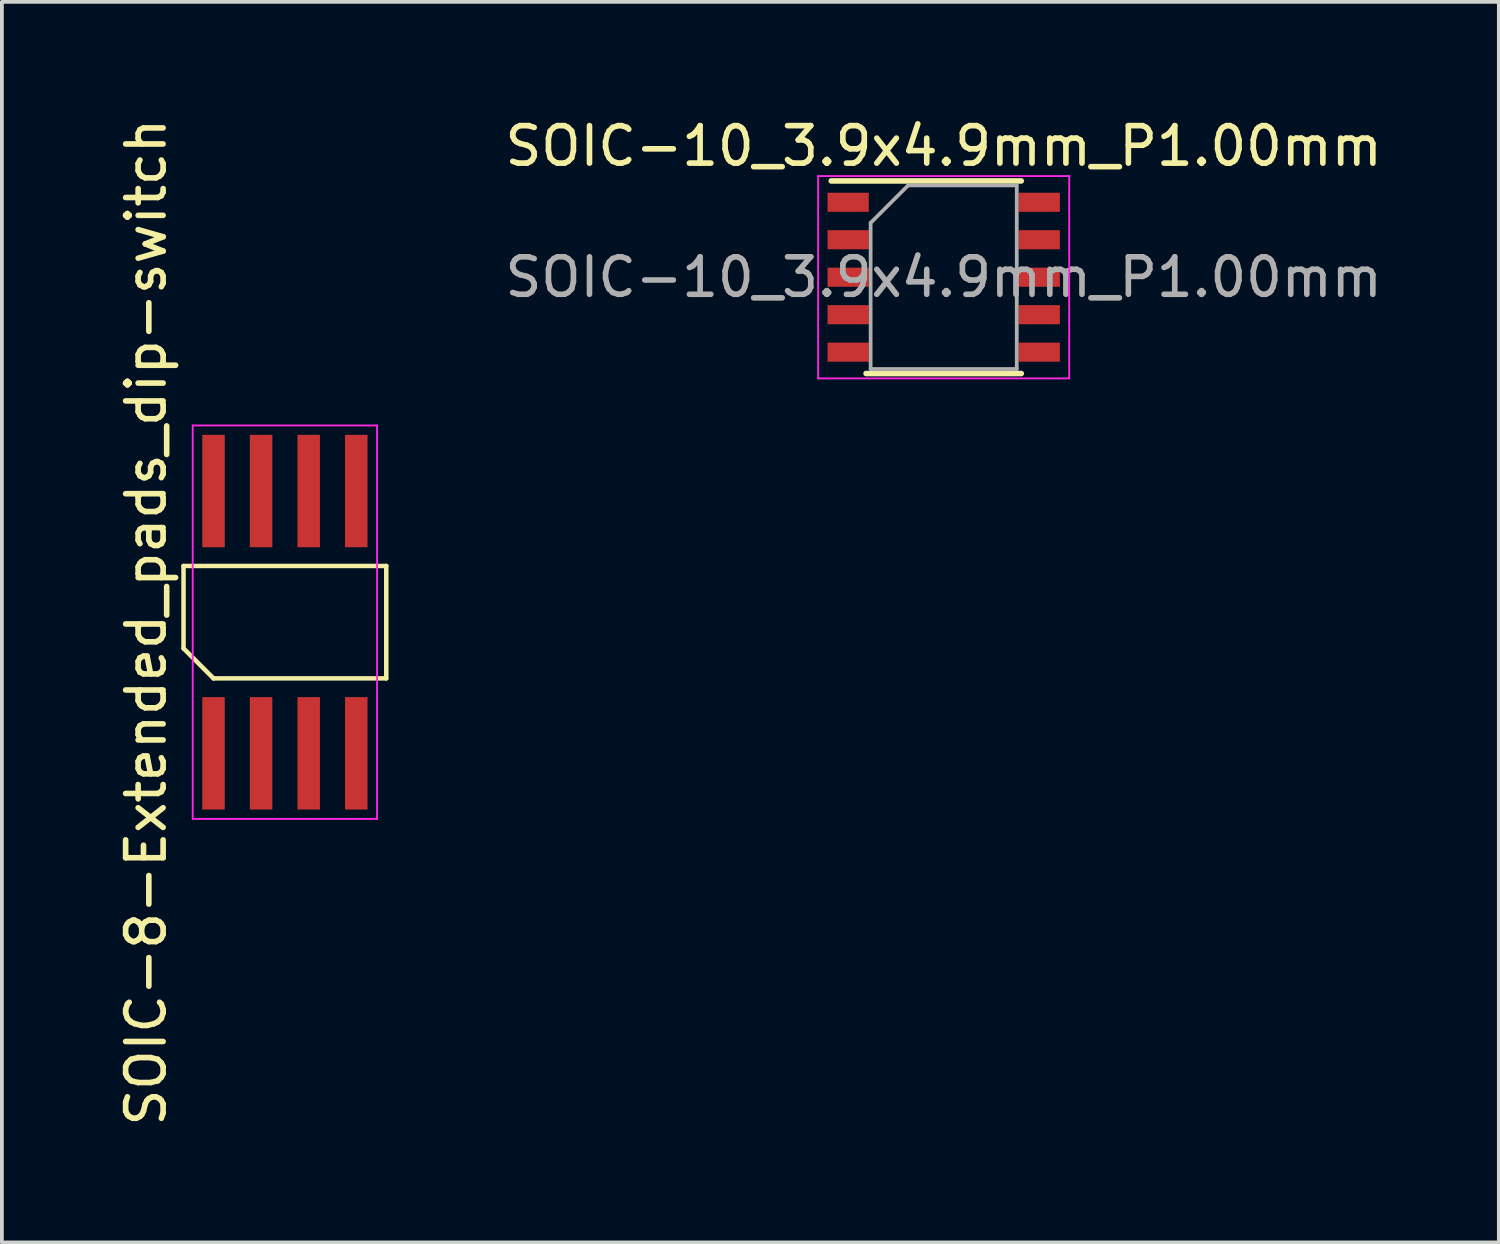
<source format=kicad_pcb>
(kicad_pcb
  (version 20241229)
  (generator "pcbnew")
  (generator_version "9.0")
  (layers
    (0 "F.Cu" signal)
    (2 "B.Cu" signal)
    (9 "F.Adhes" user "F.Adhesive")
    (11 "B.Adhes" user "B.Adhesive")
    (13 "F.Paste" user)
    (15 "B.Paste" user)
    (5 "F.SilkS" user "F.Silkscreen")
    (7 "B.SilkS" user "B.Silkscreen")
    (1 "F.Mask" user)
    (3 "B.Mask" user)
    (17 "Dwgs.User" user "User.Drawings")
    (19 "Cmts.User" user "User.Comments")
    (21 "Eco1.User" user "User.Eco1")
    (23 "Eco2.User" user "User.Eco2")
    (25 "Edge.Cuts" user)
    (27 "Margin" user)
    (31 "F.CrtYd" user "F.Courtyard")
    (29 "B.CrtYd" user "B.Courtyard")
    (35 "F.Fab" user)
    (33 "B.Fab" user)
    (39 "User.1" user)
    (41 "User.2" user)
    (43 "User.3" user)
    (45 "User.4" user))
  (footprint "SOIC-10_3.9x4.9mm_P1.00mm"
    (layer "F.Cu")
    (at 22.134 4.348)
    (property "Reference" "SOIC-10_3.9x4.9mm_P1.00mm" (at 0 -3.5 0) (layer "F.SilkS") (effects (font (size 1 1) (thickness 0.15))))
    (attr smd)
    (fp_line (start -3 -2.57) (end 2.07 -2.57) (stroke (width 0.15) (type solid)) (layer "F.SilkS"))
    (fp_line (start -2.07 2.57) (end 2.07 2.57) (stroke (width 0.15) (type solid)) (layer "F.SilkS"))
    (fp_line (start -3.35 -2.7) (end -3.35 2.7) (stroke (width 0.05) (type solid)) (layer "F.CrtYd"))
    (fp_line (start -3.35 -2.7) (end 3.35 -2.7) (stroke (width 0.05) (type solid)) (layer "F.CrtYd"))
    (fp_line (start -3.35 2.7) (end 3.35 2.7) (stroke (width 0.05) (type solid)) (layer "F.CrtYd"))
    (fp_line (start 3.35 -2.7) (end 3.35 2.7) (stroke (width 0.05) (type solid)) (layer "F.CrtYd"))
    (fp_line (start -1.95 -1.45) (end -0.95 -2.45) (stroke (width 0.1) (type solid)) (layer "F.Fab"))
    (fp_line (start -1.95 2.45) (end -1.95 -1.45) (stroke (width 0.1) (type solid)) (layer "F.Fab"))
    (fp_line (start -0.95 -2.45) (end 1.95 -2.45) (stroke (width 0.1) (type solid)) (layer "F.Fab"))
    (fp_line (start 1.95 -2.45) (end 1.95 2.45) (stroke (width 0.1) (type solid)) (layer "F.Fab"))
    (fp_line (start 1.95 2.45) (end -1.95 2.45) (stroke (width 0.1) (type solid)) (layer "F.Fab"))
    (fp_text user "${REFERENCE}" (at 0 0 0) (layer "F.Fab") (effects (font (size 1 1) (thickness 0.15))))
    (pad "1" smd rect (at -2.55 -2) (size 1.1 0.51) (layers "F.Cu" "F.Mask" "F.Paste"))
    (pad "2" smd rect (at -2.55 -1) (size 1.1 0.51) (layers "F.Cu" "F.Mask" "F.Paste"))
    (pad "3" smd rect (at -2.55 0) (size 1.1 0.51) (layers "F.Cu" "F.Mask" "F.Paste"))
    (pad "4" smd rect (at -2.55 1) (size 1.1 0.51) (layers "F.Cu" "F.Mask" "F.Paste"))
    (pad "5" smd rect (at -2.55 2) (size 1.1 0.51) (layers "F.Cu" "F.Mask" "F.Paste"))
    (pad "6" smd rect (at 2.55 2) (size 1.1 0.51) (layers "F.Cu" "F.Mask" "F.Paste"))
    (pad "7" smd rect (at 2.55 1) (size 1.1 0.51) (layers "F.Cu" "F.Mask" "F.Paste"))
    (pad "8" smd rect (at 2.55 0) (size 1.1 0.51) (layers "F.Cu" "F.Mask" "F.Paste"))
    (pad "9" smd rect (at 2.55 -1) (size 1.1 0.51) (layers "F.Cu" "F.Mask" "F.Paste"))
    (pad "10" smd rect (at 2.55 -2) (size 1.1 0.51) (layers "F.Cu" "F.Mask" "F.Paste")))
  (footprint "SOIC-8-Extended_pads_dip-switch"
    (layer "F.Cu")
    (at 4.553 13.554)
    (property "Reference" "SOIC-8-Extended_pads_dip-switch" (at -3.705 0 90) (layer "F.SilkS") (effects (font (size 1 1) (thickness 0.15))))
    (attr smd)
    (fp_line (start -2.705 -1.5) (end 2.705 -1.5) (stroke (width 0.12) (type solid)) (layer "F.SilkS"))
    (fp_line (start -2.705 0.7) (end -2.705 -1.5) (stroke (width 0.12) (type solid)) (layer "F.SilkS"))
    (fp_line (start -1.905 1.5) (end -2.705 0.7) (stroke (width 0.12) (type solid)) (layer "F.SilkS"))
    (fp_line (start 2.705 -1.5) (end 2.705 1.5) (stroke (width 0.12) (type solid)) (layer "F.SilkS"))
    (fp_line (start 2.705 1.5) (end -1.905 1.5) (stroke (width 0.12) (type solid)) (layer "F.SilkS"))
    (fp_line (start -2.46 -5.25) (end 2.46 -5.25) (stroke (width 0.05) (type solid)) (layer "F.CrtYd"))
    (fp_line (start -2.46 5.25) (end -2.46 -5.25) (stroke (width 0.05) (type solid)) (layer "F.CrtYd"))
    (fp_line (start 2.46 -5.25) (end 2.46 5.25) (stroke (width 0.05) (type solid)) (layer "F.CrtYd"))
    (fp_line (start 2.46 5.25) (end -2.46 5.25) (stroke (width 0.05) (type solid)) (layer "F.CrtYd"))
    (pad "1" smd rect (at -1.905 3.5) (size 0.6 3) (layers "F.Cu" "F.Mask" "F.Paste"))
    (pad "2" smd rect (at -0.635 3.5) (size 0.6 3) (layers "F.Cu" "F.Mask" "F.Paste"))
    (pad "3" smd rect (at 0.635 3.5) (size 0.6 3) (layers "F.Cu" "F.Mask" "F.Paste"))
    (pad "4" smd rect (at 1.905 3.5) (size 0.6 3) (layers "F.Cu" "F.Mask" "F.Paste"))
    (pad "5" smd rect (at 1.905 -3.5) (size 0.6 3) (layers "F.Cu" "F.Mask" "F.Paste"))
    (pad "6" smd rect (at 0.635 -3.5) (size 0.6 3) (layers "F.Cu" "F.Mask" "F.Paste"))
    (pad "7" smd rect (at -0.635 -3.5) (size 0.6 3) (layers "F.Cu" "F.Mask" "F.Paste"))
    (pad "8" smd rect (at -1.905 -3.5) (size 0.6 3) (layers "F.Cu" "F.Mask" "F.Paste")))
  (gr_rect
    (start -3 -3)
    (end 36.949 30.107)
    (stroke (width 0.1) (type default))
    (fill no)
    (layer "Edge.Cuts")))
</source>
